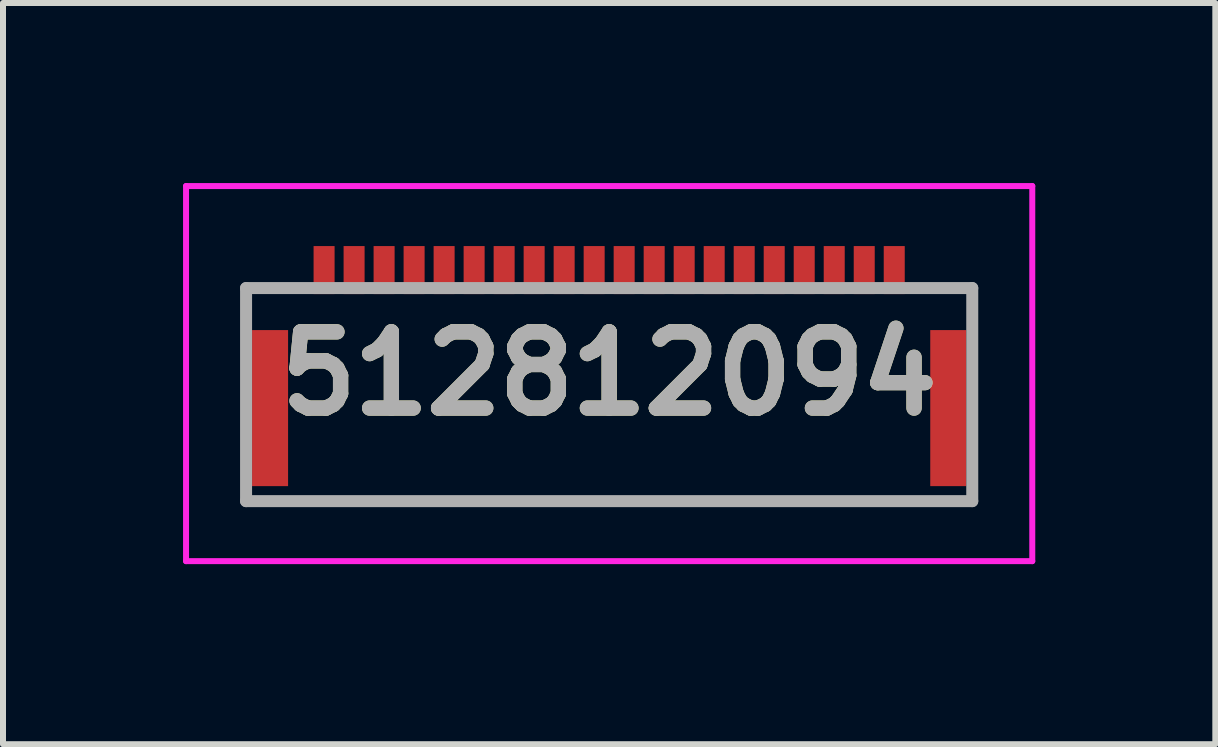
<source format=kicad_pcb>
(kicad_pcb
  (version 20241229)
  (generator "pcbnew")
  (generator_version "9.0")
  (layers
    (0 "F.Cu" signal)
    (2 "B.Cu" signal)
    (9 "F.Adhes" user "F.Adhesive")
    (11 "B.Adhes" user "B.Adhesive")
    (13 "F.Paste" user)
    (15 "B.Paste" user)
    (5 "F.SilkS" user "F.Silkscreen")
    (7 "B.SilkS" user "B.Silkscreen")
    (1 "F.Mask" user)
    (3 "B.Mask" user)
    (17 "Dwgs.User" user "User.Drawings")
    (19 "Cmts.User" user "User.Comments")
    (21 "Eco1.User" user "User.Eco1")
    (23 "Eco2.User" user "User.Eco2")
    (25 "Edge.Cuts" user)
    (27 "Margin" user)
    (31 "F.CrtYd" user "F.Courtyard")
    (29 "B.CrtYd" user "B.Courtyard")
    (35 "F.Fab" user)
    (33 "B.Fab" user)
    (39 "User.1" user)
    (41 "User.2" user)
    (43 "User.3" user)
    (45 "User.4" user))
  (footprint "512812094"
    (layer "F.Cu")
    (at 7.1 3.525)
    (property "Reference" "512812094" (at 0 -0.35 0) (layer "F.SilkS") (effects (font (size 1.27 1.27) (thickness 0.254))))
    (attr smd)
    (fp_line (start -6.05 -1.775) (end -6.05 -1.775) (stroke (width 0.1) (type solid)) (layer "F.SilkS"))
    (fp_line (start -6.05 -1.775) (end -5.5 -1.775) (stroke (width 0.1) (type solid)) (layer "F.SilkS"))
    (fp_line (start -6.05 -1.75) (end -6.05 -1.75) (stroke (width 0.1) (type solid)) (layer "F.SilkS"))
    (fp_line (start -6.05 -1.75) (end -6.05 -1.25) (stroke (width 0.1) (type solid)) (layer "F.SilkS"))
    (fp_line (start -6.05 -1.25) (end -6.05 -1.75) (stroke (width 0.1) (type solid)) (layer "F.SilkS"))
    (fp_line (start -6.05 -1.25) (end -6.05 -1.25) (stroke (width 0.1) (type solid)) (layer "F.SilkS"))
    (fp_line (start -6.05 1.775) (end -6.05 1.775) (stroke (width 0.1) (type solid)) (layer "F.SilkS"))
    (fp_line (start -6.05 1.775) (end 6.05 1.775) (stroke (width 0.1) (type solid)) (layer "F.SilkS"))
    (fp_line (start -5.5 -1.775) (end -6.05 -1.775) (stroke (width 0.1) (type solid)) (layer "F.SilkS"))
    (fp_line (start -5.5 -1.775) (end -5.5 -1.775) (stroke (width 0.1) (type solid)) (layer "F.SilkS"))
    (fp_line (start 5.5 -1.775) (end 6.05 -1.775) (stroke (width 0.1) (type solid)) (layer "F.SilkS"))
    (fp_line (start 5.5 -1.75) (end 5.5 -1.775) (stroke (width 0.1) (type solid)) (layer "F.SilkS"))
    (fp_line (start 6.05 -1.775) (end 6.05 -1.75) (stroke (width 0.1) (type solid)) (layer "F.SilkS"))
    (fp_line (start 6.05 -1.75) (end 5.5 -1.75) (stroke (width 0.1) (type solid)) (layer "F.SilkS"))
    (fp_line (start 6.05 -1.75) (end 6.05 -1.75) (stroke (width 0.1) (type solid)) (layer "F.SilkS"))
    (fp_line (start 6.05 -1.75) (end 6.05 -1.5) (stroke (width 0.1) (type solid)) (layer "F.SilkS"))
    (fp_line (start 6.05 -1.5) (end 6.05 -1.75) (stroke (width 0.1) (type solid)) (layer "F.SilkS"))
    (fp_line (start 6.05 -1.5) (end 6.05 -1.5) (stroke (width 0.1) (type solid)) (layer "F.SilkS"))
    (fp_line (start 6.05 1.775) (end -6.05 1.775) (stroke (width 0.1) (type solid)) (layer "F.SilkS"))
    (fp_line (start 6.05 1.775) (end 6.05 1.775) (stroke (width 0.1) (type solid)) (layer "F.SilkS"))
    (fp_line (start -7.05 -3.475) (end 7.05 -3.475) (stroke (width 0.1) (type solid)) (layer "F.CrtYd"))
    (fp_line (start -7.05 2.775) (end -7.05 -3.475) (stroke (width 0.1) (type solid)) (layer "F.CrtYd"))
    (fp_line (start 7.05 -3.475) (end 7.05 2.775) (stroke (width 0.1) (type solid)) (layer "F.CrtYd"))
    (fp_line (start 7.05 2.775) (end -7.05 2.775) (stroke (width 0.1) (type solid)) (layer "F.CrtYd"))
    (fp_line (start -6.05 -1.775) (end -6.05 1.775) (stroke (width 0.2) (type solid)) (layer "F.Fab"))
    (fp_line (start -6.05 1.775) (end 6.05 1.775) (stroke (width 0.2) (type solid)) (layer "F.Fab"))
    (fp_line (start 6.05 -1.775) (end -6.05 -1.775) (stroke (width 0.2) (type solid)) (layer "F.Fab"))
    (fp_line (start 6.05 1.775) (end 6.05 -1.775) (stroke (width 0.2) (type solid)) (layer "F.Fab"))
    (fp_text user "${REFERENCE}" (at 0 -0.35 0) (layer "F.Fab") (effects (font (size 1.27 1.27) (thickness 0.254))))
    (pad "1" smd rect (at 4.75 -2.075) (size 0.35 0.8) (layers "F.Cu" "F.Mask" "F.Paste"))
    (pad "2" smd rect (at 4.25 -2.075) (size 0.35 0.8) (layers "F.Cu" "F.Mask" "F.Paste"))
    (pad "3" smd rect (at 3.75 -2.075) (size 0.35 0.8) (layers "F.Cu" "F.Mask" "F.Paste"))
    (pad "4" smd rect (at 3.25 -2.075) (size 0.35 0.8) (layers "F.Cu" "F.Mask" "F.Paste"))
    (pad "5" smd rect (at 2.75 -2.075) (size 0.35 0.8) (layers "F.Cu" "F.Mask" "F.Paste"))
    (pad "6" smd rect (at 2.25 -2.075) (size 0.35 0.8) (layers "F.Cu" "F.Mask" "F.Paste"))
    (pad "7" smd rect (at 1.75 -2.075) (size 0.35 0.8) (layers "F.Cu" "F.Mask" "F.Paste"))
    (pad "8" smd rect (at 1.25 -2.075) (size 0.35 0.8) (layers "F.Cu" "F.Mask" "F.Paste"))
    (pad "9" smd rect (at 0.75 -2.075) (size 0.35 0.8) (layers "F.Cu" "F.Mask" "F.Paste"))
    (pad "10" smd rect (at 0.25 -2.075) (size 0.35 0.8) (layers "F.Cu" "F.Mask" "F.Paste"))
    (pad "11" smd rect (at -0.25 -2.075) (size 0.35 0.8) (layers "F.Cu" "F.Mask" "F.Paste"))
    (pad "12" smd rect (at -0.75 -2.075) (size 0.35 0.8) (layers "F.Cu" "F.Mask" "F.Paste"))
    (pad "13" smd rect (at -1.25 -2.075) (size 0.35 0.8) (layers "F.Cu" "F.Mask" "F.Paste"))
    (pad "14" smd rect (at -1.75 -2.075) (size 0.35 0.8) (layers "F.Cu" "F.Mask" "F.Paste"))
    (pad "15" smd rect (at -2.25 -2.075) (size 0.35 0.8) (layers "F.Cu" "F.Mask" "F.Paste"))
    (pad "16" smd rect (at -2.75 -2.075) (size 0.35 0.8) (layers "F.Cu" "F.Mask" "F.Paste"))
    (pad "17" smd rect (at -3.25 -2.075) (size 0.35 0.8) (layers "F.Cu" "F.Mask" "F.Paste"))
    (pad "18" smd rect (at -3.75 -2.075) (size 0.35 0.8) (layers "F.Cu" "F.Mask" "F.Paste"))
    (pad "19" smd rect (at -4.25 -2.075) (size 0.35 0.8) (layers "F.Cu" "F.Mask" "F.Paste"))
    (pad "20" smd rect (at -4.75 -2.075) (size 0.35 0.8) (layers "F.Cu" "F.Mask" "F.Paste"))
    (pad "MP1" smd rect (at 5.65 0.225) (size 0.6 2.6) (layers "F.Cu" "F.Mask" "F.Paste"))
    (pad "MP2" smd rect (at -5.65 0.225) (size 0.6 2.6) (layers "F.Cu" "F.Mask" "F.Paste")))
  (gr_rect
    (start -3 -3)
    (end 17.2 9.35)
    (stroke (width 0.1) (type default))
    (fill no)
    (layer "Edge.Cuts")))
</source>
